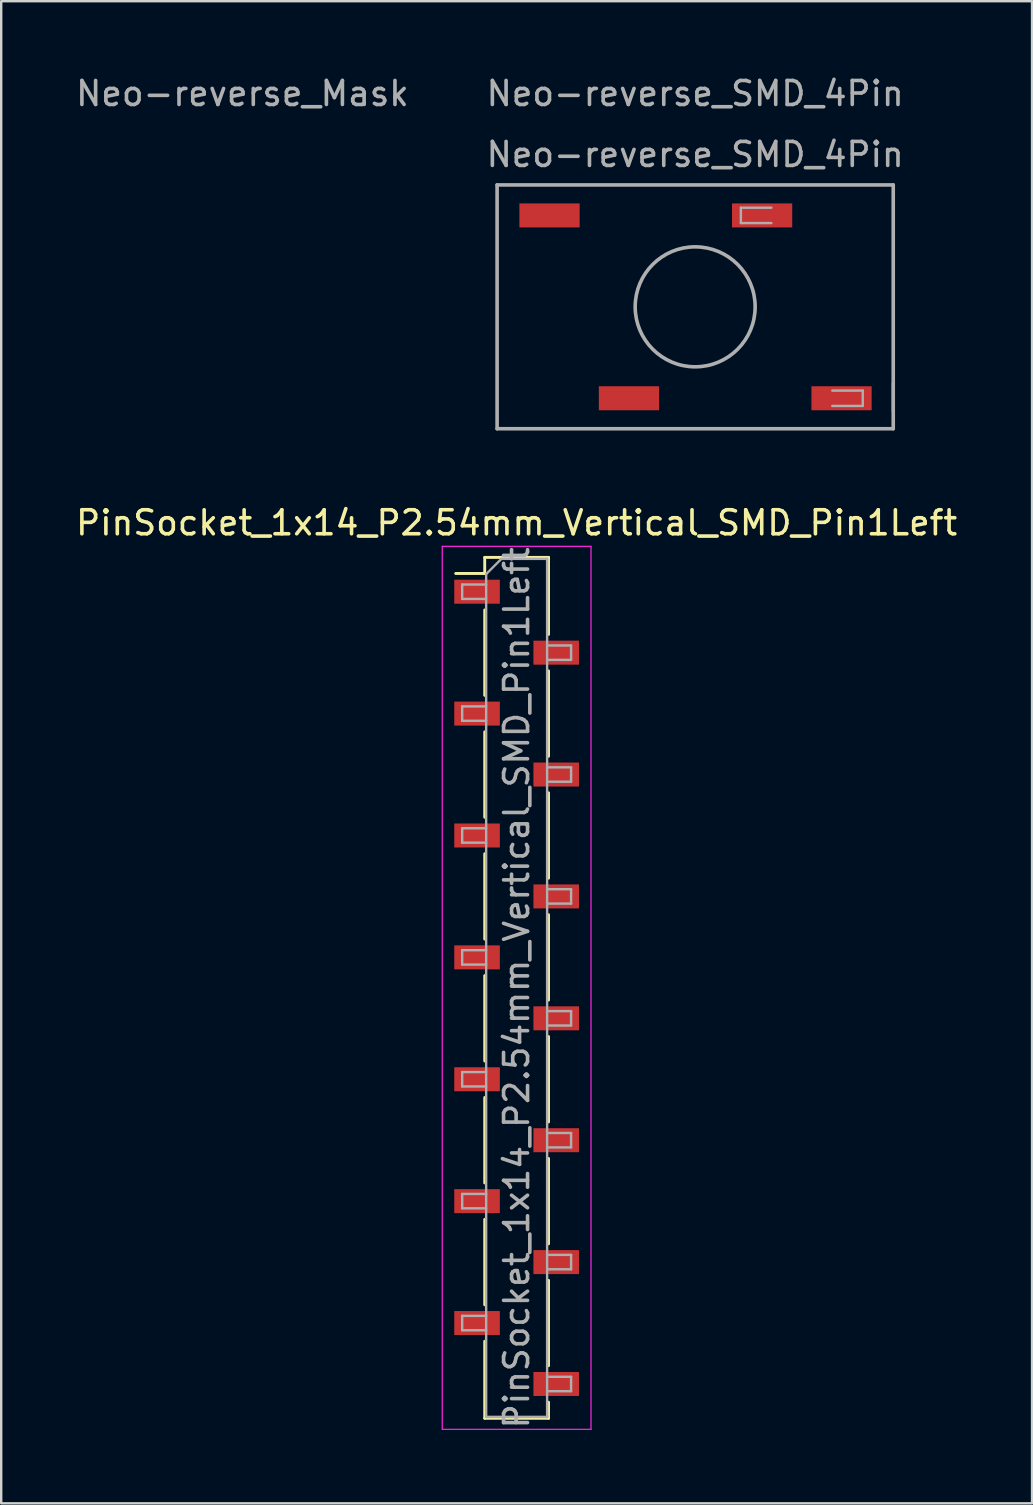
<source format=kicad_pcb>
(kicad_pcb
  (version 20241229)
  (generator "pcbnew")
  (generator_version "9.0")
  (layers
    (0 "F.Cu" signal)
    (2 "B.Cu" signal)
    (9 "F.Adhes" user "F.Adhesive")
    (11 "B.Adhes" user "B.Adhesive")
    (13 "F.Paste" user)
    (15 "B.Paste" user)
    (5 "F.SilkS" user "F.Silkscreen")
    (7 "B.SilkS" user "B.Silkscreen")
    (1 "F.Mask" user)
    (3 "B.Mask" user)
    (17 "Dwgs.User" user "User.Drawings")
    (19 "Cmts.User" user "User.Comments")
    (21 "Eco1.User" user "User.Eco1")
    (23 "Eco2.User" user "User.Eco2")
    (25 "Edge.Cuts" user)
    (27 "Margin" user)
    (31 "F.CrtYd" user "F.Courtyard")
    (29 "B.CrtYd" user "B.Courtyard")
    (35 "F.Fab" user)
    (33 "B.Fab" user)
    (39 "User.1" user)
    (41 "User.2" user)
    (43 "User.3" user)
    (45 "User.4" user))
  (footprint "PinSocket_1x14_P2.54mm_Vertical_SMD_Pin1Left"
    (layer "F.Cu")
    (at 18.482 38.121)
    (property "Reference" "PinSocket_1x14_P2.54mm_Vertical_SMD_Pin1Left" (at 0 -19.38 0) (layer "F.SilkS") (effects (font (size 1 1) (thickness 0.15))))
    (attr smd)
    (fp_line (start -2.54 -17.27) (end -1.33 -17.27) (stroke (width 0.12) (type solid)) (layer "F.SilkS"))
    (fp_line (start -1.33 -17.94) (end -1.33 -17.27) (stroke (width 0.12) (type solid)) (layer "F.SilkS"))
    (fp_line (start -1.33 -17.94) (end 1.33 -17.94) (stroke (width 0.12) (type solid)) (layer "F.SilkS"))
    (fp_line (start -1.33 -15.75) (end -1.33 -12.19) (stroke (width 0.12) (type solid)) (layer "F.SilkS"))
    (fp_line (start -1.33 -10.67) (end -1.33 -7.11) (stroke (width 0.12) (type solid)) (layer "F.SilkS"))
    (fp_line (start -1.33 -5.59) (end -1.33 -2.03) (stroke (width 0.12) (type solid)) (layer "F.SilkS"))
    (fp_line (start -1.33 -0.51) (end -1.33 3.05) (stroke (width 0.12) (type solid)) (layer "F.SilkS"))
    (fp_line (start -1.33 4.57) (end -1.33 8.13) (stroke (width 0.12) (type solid)) (layer "F.SilkS"))
    (fp_line (start -1.33 9.65) (end -1.33 13.21) (stroke (width 0.12) (type solid)) (layer "F.SilkS"))
    (fp_line (start -1.33 14.73) (end -1.33 17.94) (stroke (width 0.12) (type solid)) (layer "F.SilkS"))
    (fp_line (start -1.33 17.94) (end 1.33 17.94) (stroke (width 0.12) (type solid)) (layer "F.SilkS"))
    (fp_line (start 1.33 -17.94) (end 1.33 -14.73) (stroke (width 0.12) (type solid)) (layer "F.SilkS"))
    (fp_line (start 1.33 -13.21) (end 1.33 -9.65) (stroke (width 0.12) (type solid)) (layer "F.SilkS"))
    (fp_line (start 1.33 -8.13) (end 1.33 -4.57) (stroke (width 0.12) (type solid)) (layer "F.SilkS"))
    (fp_line (start 1.33 -3.05) (end 1.33 0.51) (stroke (width 0.12) (type solid)) (layer "F.SilkS"))
    (fp_line (start 1.33 2.03) (end 1.33 5.59) (stroke (width 0.12) (type solid)) (layer "F.SilkS"))
    (fp_line (start 1.33 7.11) (end 1.33 10.67) (stroke (width 0.12) (type solid)) (layer "F.SilkS"))
    (fp_line (start 1.33 12.19) (end 1.33 15.75) (stroke (width 0.12) (type solid)) (layer "F.SilkS"))
    (fp_line (start 1.33 17.27) (end 1.33 17.94) (stroke (width 0.12) (type solid)) (layer "F.SilkS"))
    (fp_line (start -3.1 -18.4) (end 3.1 -18.4) (stroke (width 0.05) (type solid)) (layer "F.CrtYd"))
    (fp_line (start -3.1 18.4) (end -3.1 -18.4) (stroke (width 0.05) (type solid)) (layer "F.CrtYd"))
    (fp_line (start 3.1 -18.4) (end 3.1 18.4) (stroke (width 0.05) (type solid)) (layer "F.CrtYd"))
    (fp_line (start 3.1 18.4) (end -3.1 18.4) (stroke (width 0.05) (type solid)) (layer "F.CrtYd"))
    (fp_line (start -2.27 -16.81) (end -1.27 -16.81) (stroke (width 0.1) (type solid)) (layer "F.Fab"))
    (fp_line (start -2.27 -16.21) (end -2.27 -16.81) (stroke (width 0.1) (type solid)) (layer "F.Fab"))
    (fp_line (start -2.27 -11.73) (end -1.27 -11.73) (stroke (width 0.1) (type solid)) (layer "F.Fab"))
    (fp_line (start -2.27 -11.13) (end -2.27 -11.73) (stroke (width 0.1) (type solid)) (layer "F.Fab"))
    (fp_line (start -2.27 -6.65) (end -1.27 -6.65) (stroke (width 0.1) (type solid)) (layer "F.Fab"))
    (fp_line (start -2.27 -6.05) (end -2.27 -6.65) (stroke (width 0.1) (type solid)) (layer "F.Fab"))
    (fp_line (start -2.27 -1.57) (end -1.27 -1.57) (stroke (width 0.1) (type solid)) (layer "F.Fab"))
    (fp_line (start -2.27 -0.97) (end -2.27 -1.57) (stroke (width 0.1) (type solid)) (layer "F.Fab"))
    (fp_line (start -2.27 3.51) (end -1.27 3.51) (stroke (width 0.1) (type solid)) (layer "F.Fab"))
    (fp_line (start -2.27 4.11) (end -2.27 3.51) (stroke (width 0.1) (type solid)) (layer "F.Fab"))
    (fp_line (start -2.27 8.59) (end -1.27 8.59) (stroke (width 0.1) (type solid)) (layer "F.Fab"))
    (fp_line (start -2.27 9.19) (end -2.27 8.59) (stroke (width 0.1) (type solid)) (layer "F.Fab"))
    (fp_line (start -2.27 13.67) (end -1.27 13.67) (stroke (width 0.1) (type solid)) (layer "F.Fab"))
    (fp_line (start -2.27 14.27) (end -2.27 13.67) (stroke (width 0.1) (type solid)) (layer "F.Fab"))
    (fp_line (start -1.27 -17.245) (end -0.635 -17.88) (stroke (width 0.1) (type solid)) (layer "F.Fab"))
    (fp_line (start -1.27 -16.21) (end -2.27 -16.21) (stroke (width 0.1) (type solid)) (layer "F.Fab"))
    (fp_line (start -1.27 -11.13) (end -2.27 -11.13) (stroke (width 0.1) (type solid)) (layer "F.Fab"))
    (fp_line (start -1.27 -6.05) (end -2.27 -6.05) (stroke (width 0.1) (type solid)) (layer "F.Fab"))
    (fp_line (start -1.27 -0.97) (end -2.27 -0.97) (stroke (width 0.1) (type solid)) (layer "F.Fab"))
    (fp_line (start -1.27 4.11) (end -2.27 4.11) (stroke (width 0.1) (type solid)) (layer "F.Fab"))
    (fp_line (start -1.27 9.19) (end -2.27 9.19) (stroke (width 0.1) (type solid)) (layer "F.Fab"))
    (fp_line (start -1.27 14.27) (end -2.27 14.27) (stroke (width 0.1) (type solid)) (layer "F.Fab"))
    (fp_line (start -1.27 17.88) (end -1.27 -17.245) (stroke (width 0.1) (type solid)) (layer "F.Fab"))
    (fp_line (start -0.635 -17.88) (end 1.27 -17.88) (stroke (width 0.1) (type solid)) (layer "F.Fab"))
    (fp_line (start 1.27 -17.88) (end 1.27 17.88) (stroke (width 0.1) (type solid)) (layer "F.Fab"))
    (fp_line (start 1.27 -14.27) (end 2.27 -14.27) (stroke (width 0.1) (type solid)) (layer "F.Fab"))
    (fp_line (start 1.27 -9.19) (end 2.27 -9.19) (stroke (width 0.1) (type solid)) (layer "F.Fab"))
    (fp_line (start 1.27 -4.11) (end 2.27 -4.11) (stroke (width 0.1) (type solid)) (layer "F.Fab"))
    (fp_line (start 1.27 0.97) (end 2.27 0.97) (stroke (width 0.1) (type solid)) (layer "F.Fab"))
    (fp_line (start 1.27 6.05) (end 2.27 6.05) (stroke (width 0.1) (type solid)) (layer "F.Fab"))
    (fp_line (start 1.27 11.13) (end 2.27 11.13) (stroke (width 0.1) (type solid)) (layer "F.Fab"))
    (fp_line (start 1.27 16.21) (end 2.27 16.21) (stroke (width 0.1) (type solid)) (layer "F.Fab"))
    (fp_line (start 1.27 17.88) (end -1.27 17.88) (stroke (width 0.1) (type solid)) (layer "F.Fab"))
    (fp_line (start 2.27 -14.27) (end 2.27 -13.67) (stroke (width 0.1) (type solid)) (layer "F.Fab"))
    (fp_line (start 2.27 -13.67) (end 1.27 -13.67) (stroke (width 0.1) (type solid)) (layer "F.Fab"))
    (fp_line (start 2.27 -9.19) (end 2.27 -8.59) (stroke (width 0.1) (type solid)) (layer "F.Fab"))
    (fp_line (start 2.27 -8.59) (end 1.27 -8.59) (stroke (width 0.1) (type solid)) (layer "F.Fab"))
    (fp_line (start 2.27 -4.11) (end 2.27 -3.51) (stroke (width 0.1) (type solid)) (layer "F.Fab"))
    (fp_line (start 2.27 -3.51) (end 1.27 -3.51) (stroke (width 0.1) (type solid)) (layer "F.Fab"))
    (fp_line (start 2.27 0.97) (end 2.27 1.57) (stroke (width 0.1) (type solid)) (layer "F.Fab"))
    (fp_line (start 2.27 1.57) (end 1.27 1.57) (stroke (width 0.1) (type solid)) (layer "F.Fab"))
    (fp_line (start 2.27 6.05) (end 2.27 6.65) (stroke (width 0.1) (type solid)) (layer "F.Fab"))
    (fp_line (start 2.27 6.65) (end 1.27 6.65) (stroke (width 0.1) (type solid)) (layer "F.Fab"))
    (fp_line (start 2.27 11.13) (end 2.27 11.73) (stroke (width 0.1) (type solid)) (layer "F.Fab"))
    (fp_line (start 2.27 11.73) (end 1.27 11.73) (stroke (width 0.1) (type solid)) (layer "F.Fab"))
    (fp_line (start 2.27 16.21) (end 2.27 16.81) (stroke (width 0.1) (type solid)) (layer "F.Fab"))
    (fp_line (start 2.27 16.81) (end 1.27 16.81) (stroke (width 0.1) (type solid)) (layer "F.Fab"))
    (fp_text user "${REFERENCE}" (at 0 0 90) (layer "F.Fab") (effects (font (size 1 1) (thickness 0.15))))
    (pad "1" smd rect (at -1.65 -16.51) (size 1.9 1) (layers "F.Cu" "F.Mask" "F.Paste"))
    (pad "2" smd rect (at 1.65 -13.97) (size 1.9 1) (layers "F.Cu" "F.Mask" "F.Paste"))
    (pad "3" smd rect (at -1.65 -11.43) (size 1.9 1) (layers "F.Cu" "F.Mask" "F.Paste"))
    (pad "4" smd rect (at 1.65 -8.89) (size 1.9 1) (layers "F.Cu" "F.Mask" "F.Paste"))
    (pad "5" smd rect (at -1.65 -6.35) (size 1.9 1) (layers "F.Cu" "F.Mask" "F.Paste"))
    (pad "6" smd rect (at 1.65 -3.81) (size 1.9 1) (layers "F.Cu" "F.Mask" "F.Paste"))
    (pad "7" smd rect (at -1.65 -1.27) (size 1.9 1) (layers "F.Cu" "F.Mask" "F.Paste"))
    (pad "8" smd rect (at 1.65 1.27) (size 1.9 1) (layers "F.Cu" "F.Mask" "F.Paste"))
    (pad "9" smd rect (at -1.65 3.81) (size 1.9 1) (layers "F.Cu" "F.Mask" "F.Paste"))
    (pad "10" smd rect (at 1.65 6.35) (size 1.9 1) (layers "F.Cu" "F.Mask" "F.Paste"))
    (pad "11" smd rect (at -1.65 8.89) (size 1.9 1) (layers "F.Cu" "F.Mask" "F.Paste"))
    (pad "12" smd rect (at 1.65 11.43) (size 1.9 1) (layers "F.Cu" "F.Mask" "F.Paste"))
    (pad "13" smd rect (at -1.65 13.97) (size 1.9 1) (layers "F.Cu" "F.Mask" "F.Paste"))
    (pad "14" smd rect (at 1.65 16.51) (size 1.9 1) (layers "F.Cu" "F.Mask" "F.Paste")))
  (footprint "Neo-reverse_SMD_4Pin"
    (layer "F.Cu")
    (at 25.923 9.738)
    (property "Reference" "Neo-reverse_SMD_4Pin" (at 0 -8.89 0) (layer "F.Fab") (effects (font (size 1 1) (thickness 0.15))))
    (attr smd)
    (fp_line (start 8.255 3.175) (end 8.255 4.38) (stroke (width 0.12) (type solid)) (layer "F.SilkS"))
    (fp_line (start -8.255 -5.08) (end -8.255 5.08) (stroke (width 0.15) (type solid)) (layer "F.Fab"))
    (fp_line (start -8.255 5.08) (end 8.255 5.08) (stroke (width 0.15) (type solid)) (layer "F.Fab"))
    (fp_line (start 1.905 -4.13) (end 1.905 -3.49) (stroke (width 0.1) (type solid)) (layer "F.Fab"))
    (fp_line (start 1.905 -3.49) (end 3.175 -3.49) (stroke (width 0.1) (type solid)) (layer "F.Fab"))
    (fp_line (start 3.175 -4.13) (end 1.905 -4.13) (stroke (width 0.1) (type solid)) (layer "F.Fab"))
    (fp_line (start 5.715 3.49) (end 6.985 3.49) (stroke (width 0.1) (type solid)) (layer "F.Fab"))
    (fp_line (start 6.985 3.49) (end 6.985 4.13) (stroke (width 0.1) (type solid)) (layer "F.Fab"))
    (fp_line (start 6.985 4.13) (end 5.715 4.13) (stroke (width 0.1) (type solid)) (layer "F.Fab"))
    (fp_line (start 8.255 -5.08) (end -8.255 -5.08) (stroke (width 0.15) (type solid)) (layer "F.Fab"))
    (fp_line (start 8.255 5.08) (end 8.255 -5.08) (stroke (width 0.15) (type solid)) (layer "F.Fab"))
    (fp_circle (center 0 0) (end 2.5 0) (stroke (width 0.15) (type solid)) (fill no) (layer "F.Fab"))
    (fp_text user "${REFERENCE}" (at 0 -6.35 180) (layer "F.Fab") (effects (font (size 1 1) (thickness 0.15))))
    (pad "1" smd rect (at -6.07 -3.81) (size 2.51 1) (layers "F.Cu" "F.Mask" "F.Paste"))
    (pad "2" smd rect (at -2.76 3.81) (size 2.51 1) (layers "F.Cu" "F.Mask" "F.Paste"))
    (pad "3" smd rect (at 6.1 3.81) (size 2.51 1) (layers "F.Cu" "F.Mask" "F.Paste"))
    (pad "4" smd rect (at 2.79 -3.81) (size 2.51 1) (layers "F.Cu" "F.Mask" "F.Paste")))
  (footprint "Neo-reverse_Mask"
    (layer "F.Cu")
    (at 7.054 4.658)
    (property "Reference" "Neo-reverse_Mask" (at 0 -3.81 0) (layer "F.Fab") (effects (font (size 1 1) (thickness 0.15))))
    (attr through_hole)
    (pad "" connect circle (at 0 0) (size 5 5) (layers "F.Mask")))
  (gr_rect
    (start -3 -3)
    (end 39.964 59.604)
    (stroke (width 0.1) (type default))
    (fill no)
    (layer "Edge.Cuts")))
</source>
